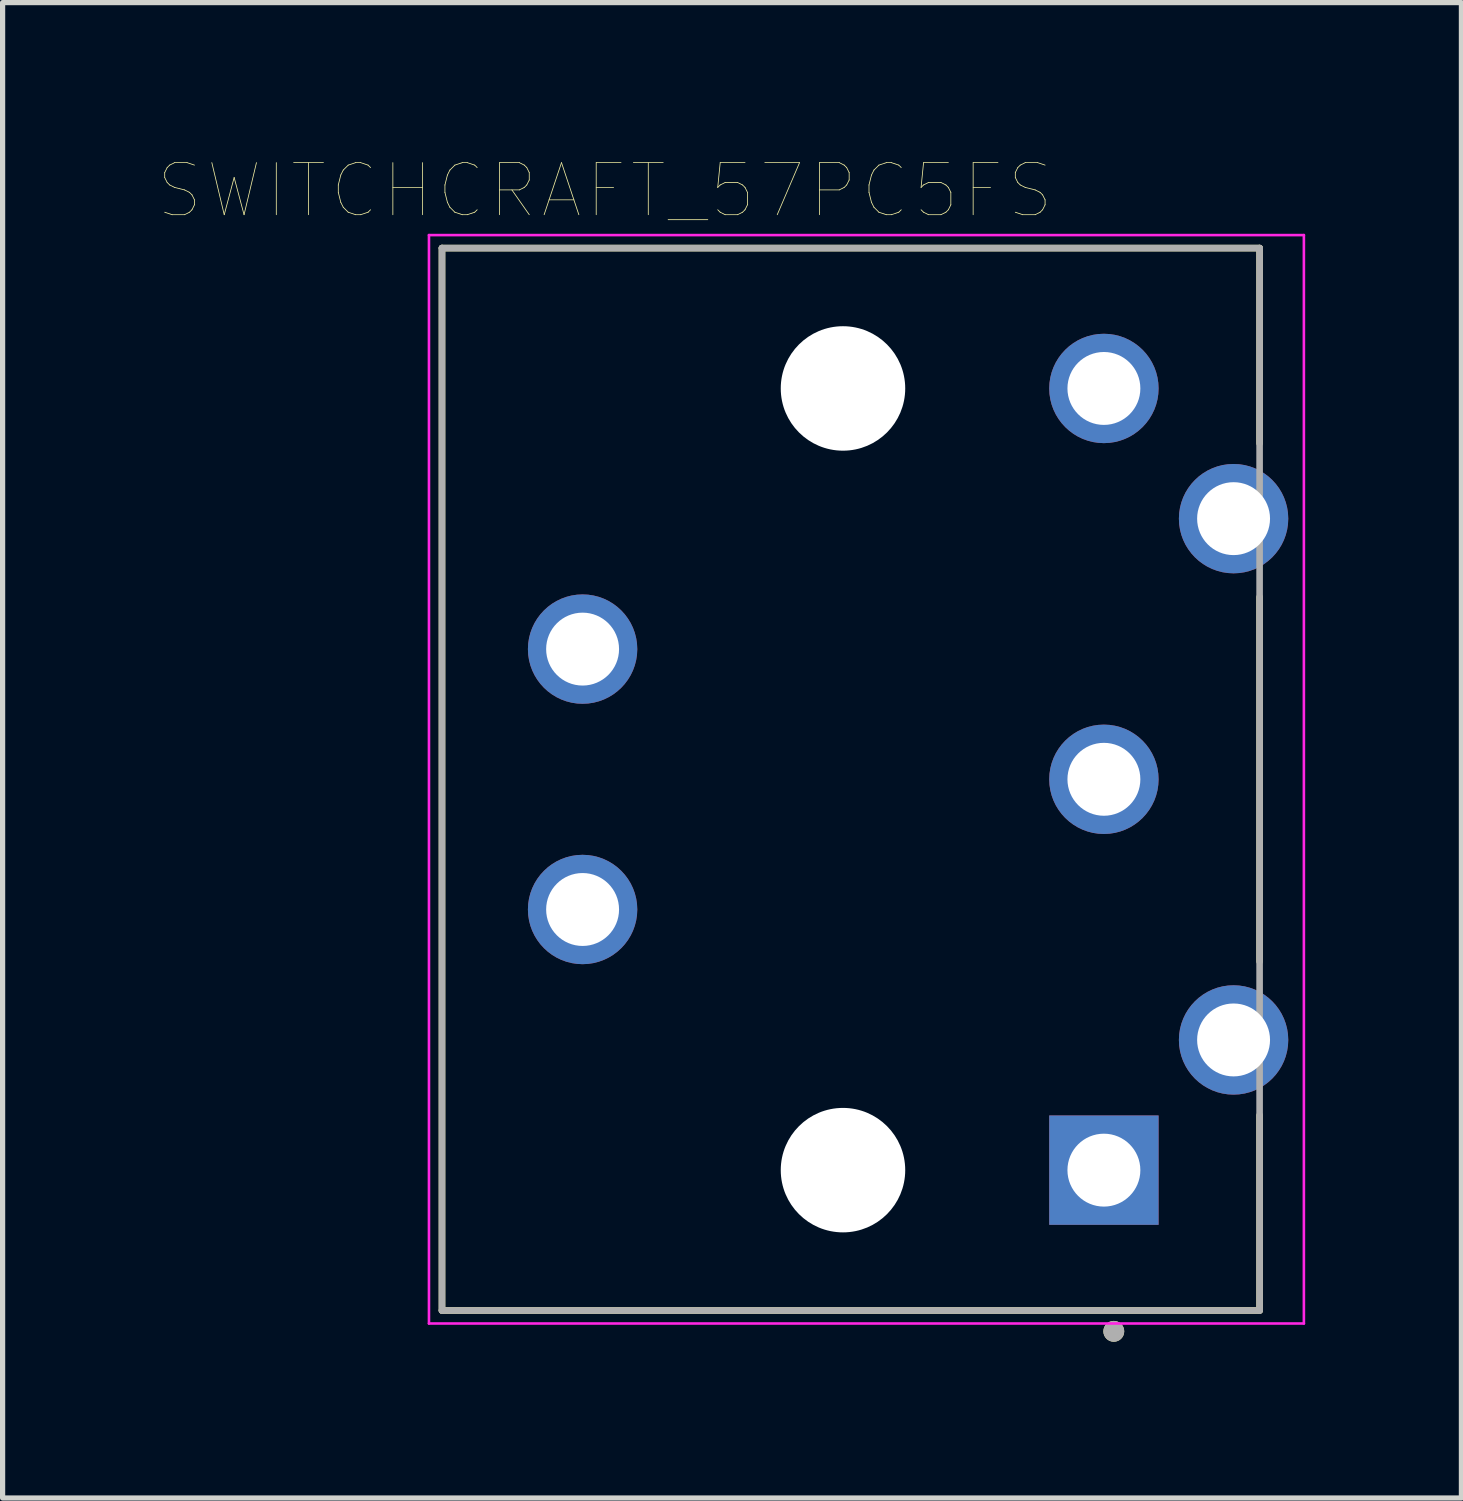
<source format=kicad_pcb>
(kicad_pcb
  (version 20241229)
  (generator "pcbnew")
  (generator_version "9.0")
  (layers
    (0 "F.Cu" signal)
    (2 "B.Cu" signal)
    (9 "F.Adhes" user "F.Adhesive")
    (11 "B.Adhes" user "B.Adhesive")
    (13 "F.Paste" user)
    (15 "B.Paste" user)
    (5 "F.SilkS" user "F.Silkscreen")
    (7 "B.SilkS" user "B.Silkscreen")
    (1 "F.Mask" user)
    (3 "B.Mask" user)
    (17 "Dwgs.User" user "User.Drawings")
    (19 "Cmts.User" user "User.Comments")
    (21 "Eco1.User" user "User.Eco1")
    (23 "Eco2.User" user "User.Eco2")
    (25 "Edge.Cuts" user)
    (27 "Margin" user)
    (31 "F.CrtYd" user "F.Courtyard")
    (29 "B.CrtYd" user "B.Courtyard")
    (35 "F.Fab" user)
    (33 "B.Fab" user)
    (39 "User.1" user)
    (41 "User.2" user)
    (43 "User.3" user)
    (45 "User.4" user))
  (footprint "SWITCHCRAFT_57PC5FS"
    (layer "F.Cu")
    (at 13.137 11.914)
    (property "Reference" "SWITCHCRAFT_57PC5FS" (at -4.572 -11.303 0) (layer "F.SilkS") (effects (font (size 1 1) (thickness 0.015))))
    (attr through_hole)
    (fp_circle (center 0 -7.505) (end 0.725 -7.505) (stroke (width 1.449) (type solid)) (fill no) (layer "F.Mask"))
    (fp_circle (center 0 7.505) (end 0.725 7.505) (stroke (width 1.449) (type solid)) (fill no) (layer "F.Mask"))
    (fp_circle (center 0 -7.505) (end 0.725 -7.505) (stroke (width 1.449) (type solid)) (fill no) (layer "B.Mask"))
    (fp_circle (center 0 7.505) (end 0.725 7.505) (stroke (width 1.449) (type solid)) (fill no) (layer "B.Mask"))
    (fp_line (start -7.7 -10.2) (end 8 -10.2) (stroke (width 0.127) (type solid)) (layer "F.SilkS"))
    (fp_line (start -7.7 10.2) (end -7.7 -10.2) (stroke (width 0.127) (type solid)) (layer "F.SilkS"))
    (fp_line (start 8 -10.2) (end 8 -6.45) (stroke (width 0.127) (type solid)) (layer "F.SilkS"))
    (fp_line (start 8 -3.5) (end 8 3.5) (stroke (width 0.127) (type solid)) (layer "F.SilkS"))
    (fp_line (start 8 6.45) (end 8 10.2) (stroke (width 0.127) (type solid)) (layer "F.SilkS"))
    (fp_line (start 8 10.2) (end -7.7 10.2) (stroke (width 0.127) (type solid)) (layer "F.SilkS"))
    (fp_circle (center 5.2 10.6) (end 5.3 10.6) (stroke (width 0.2) (type solid)) (fill no) (layer "F.SilkS"))
    (fp_line (start -7.95 -10.45) (end 8.85 -10.45) (stroke (width 0.05) (type solid)) (layer "F.CrtYd"))
    (fp_line (start -7.95 10.45) (end -7.95 -10.45) (stroke (width 0.05) (type solid)) (layer "F.CrtYd"))
    (fp_line (start 8.85 -10.45) (end 8.85 10.45) (stroke (width 0.05) (type solid)) (layer "F.CrtYd"))
    (fp_line (start 8.85 10.45) (end -7.95 10.45) (stroke (width 0.05) (type solid)) (layer "F.CrtYd"))
    (fp_line (start -7.7 -10.2) (end 8 -10.2) (stroke (width 0.127) (type solid)) (layer "F.Fab"))
    (fp_line (start -7.7 10.2) (end -7.7 -10.2) (stroke (width 0.127) (type solid)) (layer "F.Fab"))
    (fp_line (start 8 -10.2) (end 8 10.2) (stroke (width 0.127) (type solid)) (layer "F.Fab"))
    (fp_line (start 8 10.2) (end -7.7 10.2) (stroke (width 0.127) (type solid)) (layer "F.Fab"))
    (fp_circle (center 5.2 10.6) (end 5.3 10.6) (stroke (width 0.2) (type solid)) (fill no) (layer "F.Fab"))
    (pad "" np_thru_hole circle (at 0 -7.505) (size 2.39 2.39) (drill 2.39) (layers "*.Cu" "*.Mask"))
    (pad "" np_thru_hole circle (at 0 7.505) (size 2.39 2.39) (drill 2.39) (layers "*.Cu" "*.Mask"))
    (pad "1" thru_hole rect (at 5.01 7.505) (size 2.1 2.1) (drill 1.4) (layers "*.Cu" "*.Mask"))
    (pad "2" thru_hole circle (at 5.01 0) (size 2.1 2.1) (drill 1.4) (layers "*.Cu" "*.Mask"))
    (pad "3" thru_hole circle (at 5.01 -7.505) (size 2.1 2.1) (drill 1.4) (layers "*.Cu" "*.Mask"))
    (pad "4" thru_hole circle (at 7.5 5.005) (size 2.1 2.1) (drill 1.4) (layers "*.Cu" "*.Mask"))
    (pad "5" thru_hole circle (at 7.5 -5.005) (size 2.1 2.1) (drill 1.4) (layers "*.Cu" "*.Mask"))
    (pad "G1" thru_hole circle (at -5 -2.5) (size 2.1 2.1) (drill 1.4) (layers "*.Cu" "*.Mask"))
    (pad "G2" thru_hole circle (at -5 2.5) (size 2.1 2.1) (drill 1.4) (layers "*.Cu" "*.Mask")))
  (gr_rect
    (start -3 -3)
    (end 25.012 25.714)
    (stroke (width 0.1) (type default))
    (fill no)
    (layer "Edge.Cuts")))
</source>
